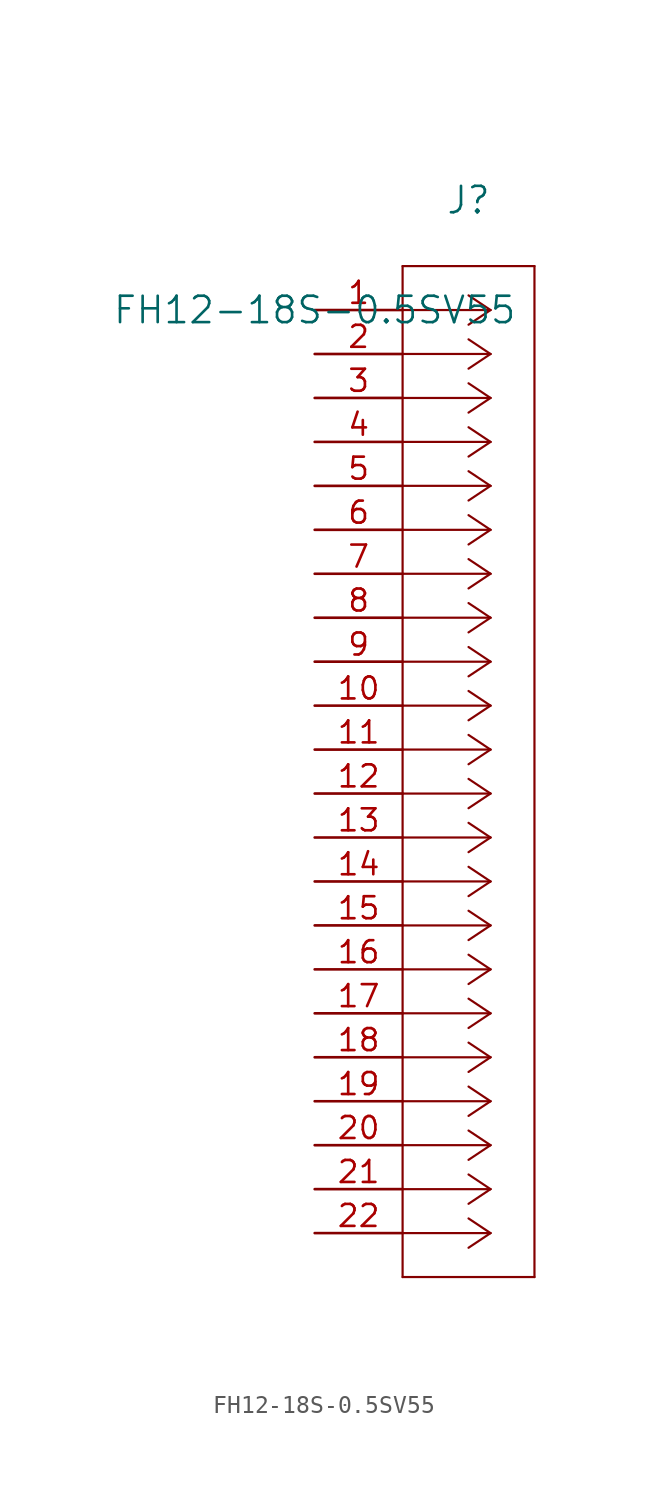
<source format=kicad_sym>
(kicad_symbol_lib
  (version 20211014)
  (generator kicad_symbol_editor)
  (symbol "FH12-18S-0.5SV55"
    (pin_names
      (offset 0.254))
    (property "Reference" "J"
      (at 8.89 6.35 0)
      (effects (font (size 1.524 1.524))))
    (property "Value" "FH12-18S-0.5SV55"
      (at 0 0 0)
      (effects (font (size 1.524 1.524))))
    (symbol "FH12-18S-0.5SV55_0_1"
      (polyline (pts (xy 10.16 0) (xy 5.08 0)) (stroke (width 0.127) (type default) (color 0 0 0 0)) (fill (type none)))
      (polyline (pts (xy 10.16 -2.54) (xy 5.08 -2.54)) (stroke (width 0.127) (type default) (color 0 0 0 0)) (fill (type none)))
      (polyline (pts (xy 10.16 -5.08) (xy 5.08 -5.08)) (stroke (width 0.127) (type default) (color 0 0 0 0)) (fill (type none)))
      (polyline (pts (xy 10.16 -7.62) (xy 5.08 -7.62)) (stroke (width 0.127) (type default) (color 0 0 0 0)) (fill (type none)))
      (polyline (pts (xy 10.16 -10.16) (xy 5.08 -10.16)) (stroke (width 0.127) (type default) (color 0 0 0 0)) (fill (type none)))
      (polyline (pts (xy 10.16 -12.7) (xy 5.08 -12.7)) (stroke (width 0.127) (type default) (color 0 0 0 0)) (fill (type none)))
      (polyline (pts (xy 10.16 -15.24) (xy 5.08 -15.24)) (stroke (width 0.127) (type default) (color 0 0 0 0)) (fill (type none)))
      (polyline (pts (xy 10.16 -17.78) (xy 5.08 -17.78)) (stroke (width 0.127) (type default) (color 0 0 0 0)) (fill (type none)))
      (polyline (pts (xy 10.16 -20.32) (xy 5.08 -20.32)) (stroke (width 0.127) (type default) (color 0 0 0 0)) (fill (type none)))
      (polyline (pts (xy 10.16 -22.86) (xy 5.08 -22.86)) (stroke (width 0.127) (type default) (color 0 0 0 0)) (fill (type none)))
      (polyline (pts (xy 10.16 -25.4) (xy 5.08 -25.4)) (stroke (width 0.127) (type default) (color 0 0 0 0)) (fill (type none)))
      (polyline (pts (xy 10.16 -27.94) (xy 5.08 -27.94)) (stroke (width 0.127) (type default) (color 0 0 0 0)) (fill (type none)))
      (polyline (pts (xy 10.16 -30.48) (xy 5.08 -30.48)) (stroke (width 0.127) (type default) (color 0 0 0 0)) (fill (type none)))
      (polyline (pts (xy 10.16 -33.02) (xy 5.08 -33.02)) (stroke (width 0.127) (type default) (color 0 0 0 0)) (fill (type none)))
      (polyline (pts (xy 10.16 -35.56) (xy 5.08 -35.56)) (stroke (width 0.127) (type default) (color 0 0 0 0)) (fill (type none)))
      (polyline (pts (xy 10.16 -38.1) (xy 5.08 -38.1)) (stroke (width 0.127) (type default) (color 0 0 0 0)) (fill (type none)))
      (polyline (pts (xy 10.16 -40.64) (xy 5.08 -40.64)) (stroke (width 0.127) (type default) (color 0 0 0 0)) (fill (type none)))
      (polyline (pts (xy 10.16 -43.18) (xy 5.08 -43.18)) (stroke (width 0.127) (type default) (color 0 0 0 0)) (fill (type none)))
      (polyline (pts (xy 10.16 -45.72) (xy 5.08 -45.72)) (stroke (width 0.127) (type default) (color 0 0 0 0)) (fill (type none)))
      (polyline (pts (xy 10.16 -48.26) (xy 5.08 -48.26)) (stroke (width 0.127) (type default) (color 0 0 0 0)) (fill (type none)))
      (polyline (pts (xy 10.16 -50.8) (xy 5.08 -50.8)) (stroke (width 0.127) (type default) (color 0 0 0 0)) (fill (type none)))
      (polyline (pts (xy 10.16 -53.34) (xy 5.08 -53.34)) (stroke (width 0.127) (type default) (color 0 0 0 0)) (fill (type none)))
      (polyline (pts (xy 10.16 0) (xy 8.89 0.847)) (stroke (width 0.127) (type default) (color 0 0 0 0)) (fill (type none)))
      (polyline (pts (xy 10.16 -2.54) (xy 8.89 -1.693)) (stroke (width 0.127) (type default) (color 0 0 0 0)) (fill (type none)))
      (polyline (pts (xy 10.16 -5.08) (xy 8.89 -4.233)) (stroke (width 0.127) (type default) (color 0 0 0 0)) (fill (type none)))
      (polyline (pts (xy 10.16 -7.62) (xy 8.89 -6.773)) (stroke (width 0.127) (type default) (color 0 0 0 0)) (fill (type none)))
      (polyline (pts (xy 10.16 -10.16) (xy 8.89 -9.313)) (stroke (width 0.127) (type default) (color 0 0 0 0)) (fill (type none)))
      (polyline (pts (xy 10.16 -12.7) (xy 8.89 -11.853)) (stroke (width 0.127) (type default) (color 0 0 0 0)) (fill (type none)))
      (polyline (pts (xy 10.16 -15.24) (xy 8.89 -14.393)) (stroke (width 0.127) (type default) (color 0 0 0 0)) (fill (type none)))
      (polyline (pts (xy 10.16 -17.78) (xy 8.89 -16.933)) (stroke (width 0.127) (type default) (color 0 0 0 0)) (fill (type none)))
      (polyline (pts (xy 10.16 -20.32) (xy 8.89 -19.473)) (stroke (width 0.127) (type default) (color 0 0 0 0)) (fill (type none)))
      (polyline (pts (xy 10.16 -22.86) (xy 8.89 -22.013)) (stroke (width 0.127) (type default) (color 0 0 0 0)) (fill (type none)))
      (polyline (pts (xy 10.16 -25.4) (xy 8.89 -24.553)) (stroke (width 0.127) (type default) (color 0 0 0 0)) (fill (type none)))
      (polyline (pts (xy 10.16 -27.94) (xy 8.89 -27.093)) (stroke (width 0.127) (type default) (color 0 0 0 0)) (fill (type none)))
      (polyline (pts (xy 10.16 -30.48) (xy 8.89 -29.633)) (stroke (width 0.127) (type default) (color 0 0 0 0)) (fill (type none)))
      (polyline (pts (xy 10.16 -33.02) (xy 8.89 -32.173)) (stroke (width 0.127) (type default) (color 0 0 0 0)) (fill (type none)))
      (polyline (pts (xy 10.16 -35.56) (xy 8.89 -34.713)) (stroke (width 0.127) (type default) (color 0 0 0 0)) (fill (type none)))
      (polyline (pts (xy 10.16 -38.1) (xy 8.89 -37.253)) (stroke (width 0.127) (type default) (color 0 0 0 0)) (fill (type none)))
      (polyline (pts (xy 10.16 -40.64) (xy 8.89 -39.793)) (stroke (width 0.127) (type default) (color 0 0 0 0)) (fill (type none)))
      (polyline (pts (xy 10.16 -43.18) (xy 8.89 -42.333)) (stroke (width 0.127) (type default) (color 0 0 0 0)) (fill (type none)))
      (polyline (pts (xy 10.16 -45.72) (xy 8.89 -44.873)) (stroke (width 0.127) (type default) (color 0 0 0 0)) (fill (type none)))
      (polyline (pts (xy 10.16 -48.26) (xy 8.89 -47.413)) (stroke (width 0.127) (type default) (color 0 0 0 0)) (fill (type none)))
      (polyline (pts (xy 10.16 -50.8) (xy 8.89 -49.953)) (stroke (width 0.127) (type default) (color 0 0 0 0)) (fill (type none)))
      (polyline (pts (xy 10.16 -53.34) (xy 8.89 -52.493)) (stroke (width 0.127) (type default) (color 0 0 0 0)) (fill (type none)))
      (polyline (pts (xy 10.16 0) (xy 8.89 -0.847)) (stroke (width 0.127) (type default) (color 0 0 0 0)) (fill (type none)))
      (polyline (pts (xy 10.16 -2.54) (xy 8.89 -3.387)) (stroke (width 0.127) (type default) (color 0 0 0 0)) (fill (type none)))
      (polyline (pts (xy 10.16 -5.08) (xy 8.89 -5.927)) (stroke (width 0.127) (type default) (color 0 0 0 0)) (fill (type none)))
      (polyline (pts (xy 10.16 -7.62) (xy 8.89 -8.467)) (stroke (width 0.127) (type default) (color 0 0 0 0)) (fill (type none)))
      (polyline (pts (xy 10.16 -10.16) (xy 8.89 -11.007)) (stroke (width 0.127) (type default) (color 0 0 0 0)) (fill (type none)))
      (polyline (pts (xy 10.16 -12.7) (xy 8.89 -13.547)) (stroke (width 0.127) (type default) (color 0 0 0 0)) (fill (type none)))
      (polyline (pts (xy 10.16 -15.24) (xy 8.89 -16.087)) (stroke (width 0.127) (type default) (color 0 0 0 0)) (fill (type none)))
      (polyline (pts (xy 10.16 -17.78) (xy 8.89 -18.627)) (stroke (width 0.127) (type default) (color 0 0 0 0)) (fill (type none)))
      (polyline (pts (xy 10.16 -20.32) (xy 8.89 -21.167)) (stroke (width 0.127) (type default) (color 0 0 0 0)) (fill (type none)))
      (polyline (pts (xy 10.16 -22.86) (xy 8.89 -23.707)) (stroke (width 0.127) (type default) (color 0 0 0 0)) (fill (type none)))
      (polyline (pts (xy 10.16 -25.4) (xy 8.89 -26.247)) (stroke (width 0.127) (type default) (color 0 0 0 0)) (fill (type none)))
      (polyline (pts (xy 10.16 -27.94) (xy 8.89 -28.787)) (stroke (width 0.127) (type default) (color 0 0 0 0)) (fill (type none)))
      (polyline (pts (xy 10.16 -30.48) (xy 8.89 -31.327)) (stroke (width 0.127) (type default) (color 0 0 0 0)) (fill (type none)))
      (polyline (pts (xy 10.16 -33.02) (xy 8.89 -33.867)) (stroke (width 0.127) (type default) (color 0 0 0 0)) (fill (type none)))
      (polyline (pts (xy 10.16 -35.56) (xy 8.89 -36.407)) (stroke (width 0.127) (type default) (color 0 0 0 0)) (fill (type none)))
      (polyline (pts (xy 10.16 -38.1) (xy 8.89 -38.947)) (stroke (width 0.127) (type default) (color 0 0 0 0)) (fill (type none)))
      (polyline (pts (xy 10.16 -40.64) (xy 8.89 -41.487)) (stroke (width 0.127) (type default) (color 0 0 0 0)) (fill (type none)))
      (polyline (pts (xy 10.16 -43.18) (xy 8.89 -44.027)) (stroke (width 0.127) (type default) (color 0 0 0 0)) (fill (type none)))
      (polyline (pts (xy 10.16 -45.72) (xy 8.89 -46.567)) (stroke (width 0.127) (type default) (color 0 0 0 0)) (fill (type none)))
      (polyline (pts (xy 10.16 -48.26) (xy 8.89 -49.107)) (stroke (width 0.127) (type default) (color 0 0 0 0)) (fill (type none)))
      (polyline (pts (xy 10.16 -50.8) (xy 8.89 -51.647)) (stroke (width 0.127) (type default) (color 0 0 0 0)) (fill (type none)))
      (polyline (pts (xy 10.16 -53.34) (xy 8.89 -54.187)) (stroke (width 0.127) (type default) (color 0 0 0 0)) (fill (type none)))
      (polyline (pts (xy 5.08 2.54) (xy 5.08 -55.88)) (stroke (width 0.127) (type default) (color 0 0 0 0)) (fill (type none)))
      (polyline (pts (xy 5.08 -55.88) (xy 12.7 -55.88)) (stroke (width 0.127) (type default) (color 0 0 0 0)) (fill (type none)))
      (polyline (pts (xy 12.7 -55.88) (xy 12.7 2.54)) (stroke (width 0.127) (type default) (color 0 0 0 0)) (fill (type none)))
      (polyline (pts (xy 12.7 2.54) (xy 5.08 2.54)) (stroke (width 0.127) (type default) (color 0 0 0 0)) (fill (type none)))
      (pin unspecified line (at 0 0 0) (length 5.08) (name "" (effects (font (size 1.27 1.27)))) (number "1" (effects (font (size 1.27 1.27)))))
      (pin unspecified line (at 0 -2.54 0) (length 5.08) (name "" (effects (font (size 1.27 1.27)))) (number "2" (effects (font (size 1.27 1.27)))))
      (pin unspecified line (at 0 -5.08 0) (length 5.08) (name "" (effects (font (size 1.27 1.27)))) (number "3" (effects (font (size 1.27 1.27)))))
      (pin unspecified line (at 0 -7.62 0) (length 5.08) (name "" (effects (font (size 1.27 1.27)))) (number "4" (effects (font (size 1.27 1.27)))))
      (pin unspecified line (at 0 -10.16 0) (length 5.08) (name "" (effects (font (size 1.27 1.27)))) (number "5" (effects (font (size 1.27 1.27)))))
      (pin unspecified line (at 0 -12.7 0) (length 5.08) (name "" (effects (font (size 1.27 1.27)))) (number "6" (effects (font (size 1.27 1.27)))))
      (pin unspecified line (at 0 -15.24 0) (length 5.08) (name "" (effects (font (size 1.27 1.27)))) (number "7" (effects (font (size 1.27 1.27)))))
      (pin unspecified line (at 0 -17.78 0) (length 5.08) (name "" (effects (font (size 1.27 1.27)))) (number "8" (effects (font (size 1.27 1.27)))))
      (pin unspecified line (at 0 -20.32 0) (length 5.08) (name "" (effects (font (size 1.27 1.27)))) (number "9" (effects (font (size 1.27 1.27)))))
      (pin unspecified line (at 0 -22.86 0) (length 5.08) (name "" (effects (font (size 1.27 1.27)))) (number "10" (effects (font (size 1.27 1.27)))))
      (pin unspecified line (at 0 -25.4 0) (length 5.08) (name "" (effects (font (size 1.27 1.27)))) (number "11" (effects (font (size 1.27 1.27)))))
      (pin unspecified line (at 0 -27.94 0) (length 5.08) (name "" (effects (font (size 1.27 1.27)))) (number "12" (effects (font (size 1.27 1.27)))))
      (pin unspecified line (at 0 -30.48 0) (length 5.08) (name "" (effects (font (size 1.27 1.27)))) (number "13" (effects (font (size 1.27 1.27)))))
      (pin unspecified line (at 0 -33.02 0) (length 5.08) (name "" (effects (font (size 1.27 1.27)))) (number "14" (effects (font (size 1.27 1.27)))))
      (pin unspecified line (at 0 -35.56 0) (length 5.08) (name "" (effects (font (size 1.27 1.27)))) (number "15" (effects (font (size 1.27 1.27)))))
      (pin unspecified line (at 0 -38.1 0) (length 5.08) (name "" (effects (font (size 1.27 1.27)))) (number "16" (effects (font (size 1.27 1.27)))))
      (pin unspecified line (at 0 -40.64 0) (length 5.08) (name "" (effects (font (size 1.27 1.27)))) (number "17" (effects (font (size 1.27 1.27)))))
      (pin unspecified line (at 0 -43.18 0) (length 5.08) (name "" (effects (font (size 1.27 1.27)))) (number "18" (effects (font (size 1.27 1.27)))))
      (pin unspecified line (at 0 -45.72 0) (length 5.08) (name "" (effects (font (size 1.27 1.27)))) (number "19" (effects (font (size 1.27 1.27)))))
      (pin unspecified line (at 0 -48.26 0) (length 5.08) (name "" (effects (font (size 1.27 1.27)))) (number "20" (effects (font (size 1.27 1.27)))))
      (pin unspecified line (at 0 -50.8 0) (length 5.08) (name "" (effects (font (size 1.27 1.27)))) (number "21" (effects (font (size 1.27 1.27)))))
      (pin unspecified line (at 0 -53.34 0) (length 5.08) (name "" (effects (font (size 1.27 1.27)))) (number "22" (effects (font (size 1.27 1.27))))))))
</source>
